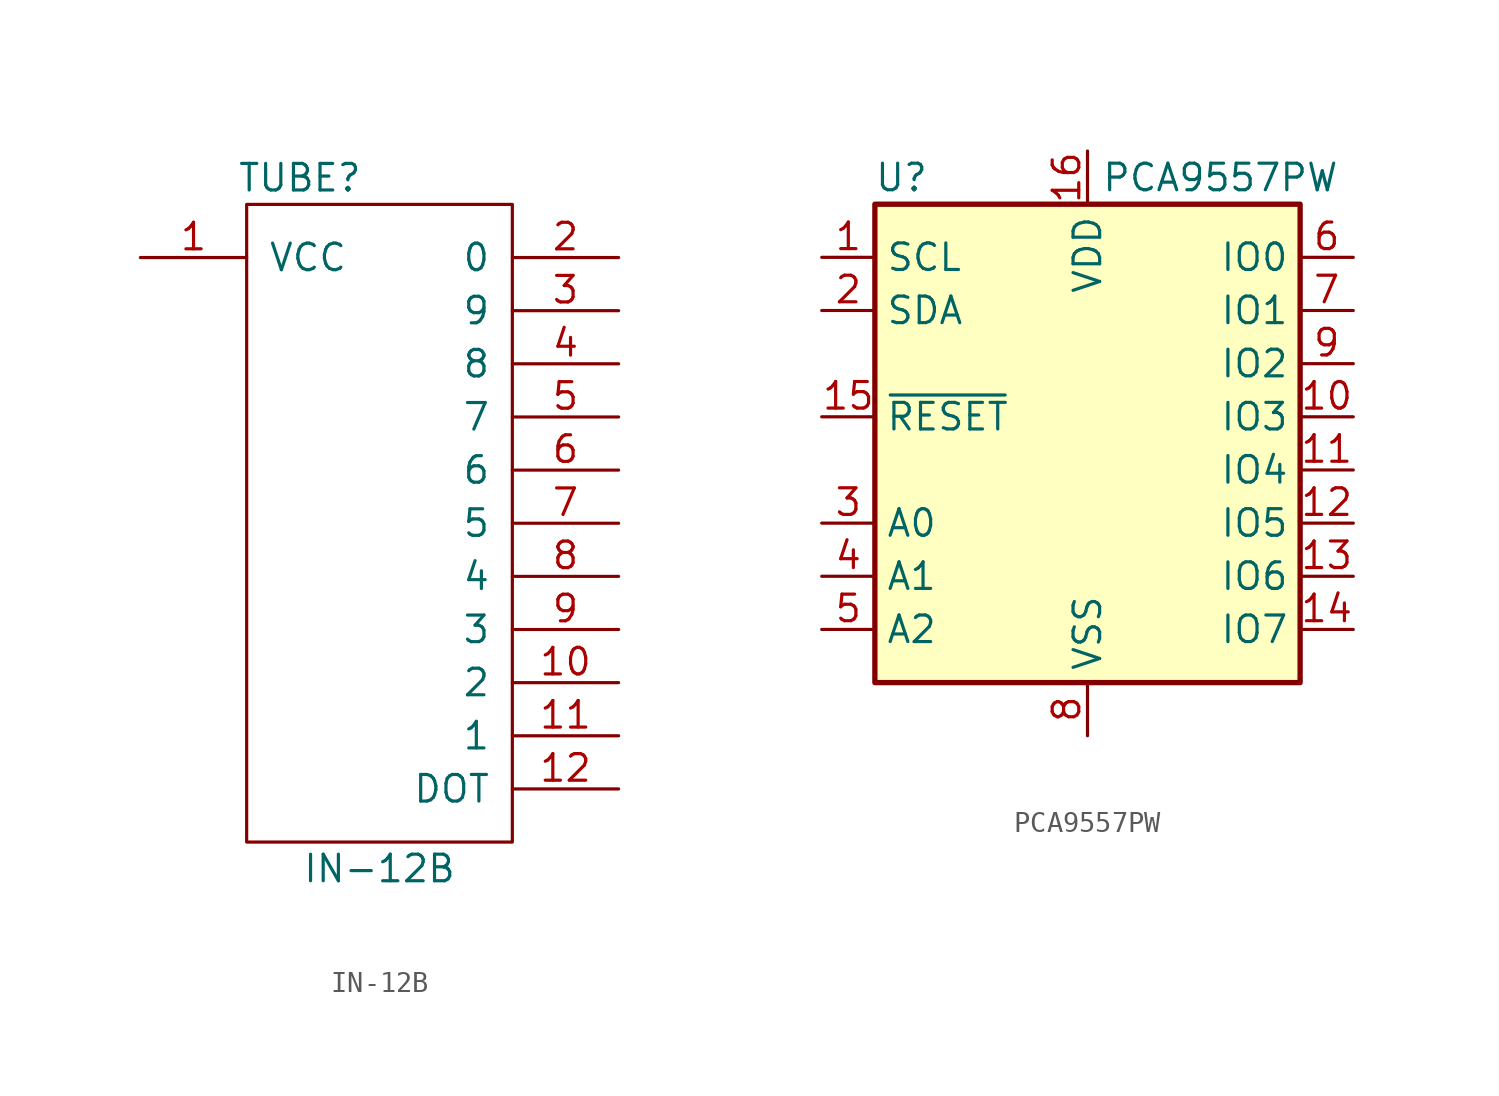
<source format=kicad_sym>
(kicad_symbol_lib
  (version 20241209)
  (generator "kicad_symbol_editor")
  (generator_version "8.99")
  (symbol "IN-12B"
    (pin_names
      (offset 1.016))
    (property "Reference" "TUBE"
      (at -3.81 6.35 0)
      (effects (font (size 1.27 1.27))))
    (property "Value" "IN-12B"
      (at 0 -26.67 0)
      (effects (font (size 1.27 1.27))))
    (symbol "IN-12B_0_1"
      (rectangle (start -6.35 5.08) (end 6.35 -25.4) (stroke (width 0) (type solid)) (fill (type none))))
    (symbol "IN-12B_1_1"
      (pin power_in line (at -11.43 2.54 0) (length 5.08) (name "VCC" (effects (font (size 1.27 1.27)))) (number "1" (effects (font (size 1.27 1.27)))))
      (pin power_in line (at 11.43 2.54 180) (length 5.08) (name "0" (effects (font (size 1.27 1.27)))) (number "2" (effects (font (size 1.27 1.27)))))
      (pin power_in line (at 11.43 0 180) (length 5.08) (name "9" (effects (font (size 1.27 1.27)))) (number "3" (effects (font (size 1.27 1.27)))))
      (pin power_in line (at 11.43 -2.54 180) (length 5.08) (name "8" (effects (font (size 1.27 1.27)))) (number "4" (effects (font (size 1.27 1.27)))))
      (pin power_in line (at 11.43 -5.08 180) (length 5.08) (name "7" (effects (font (size 1.27 1.27)))) (number "5" (effects (font (size 1.27 1.27)))))
      (pin power_in line (at 11.43 -7.62 180) (length 5.08) (name "6" (effects (font (size 1.27 1.27)))) (number "6" (effects (font (size 1.27 1.27)))))
      (pin power_in line (at 11.43 -10.16 180) (length 5.08) (name "5" (effects (font (size 1.27 1.27)))) (number "7" (effects (font (size 1.27 1.27)))))
      (pin power_in line (at 11.43 -12.7 180) (length 5.08) (name "4" (effects (font (size 1.27 1.27)))) (number "8" (effects (font (size 1.27 1.27)))))
      (pin power_in line (at 11.43 -15.24 180) (length 5.08) (name "3" (effects (font (size 1.27 1.27)))) (number "9" (effects (font (size 1.27 1.27)))))
      (pin power_in line (at 11.43 -17.78 180) (length 5.08) (name "2" (effects (font (size 1.27 1.27)))) (number "10" (effects (font (size 1.27 1.27)))))
      (pin power_in line (at 11.43 -20.32 180) (length 5.08) (name "1" (effects (font (size 1.27 1.27)))) (number "11" (effects (font (size 1.27 1.27)))))
      (pin power_in line (at 11.43 -22.86 180) (length 5.08) (name "DOT" (effects (font (size 1.27 1.27)))) (number "12" (effects (font (size 1.27 1.27)))))))
  (symbol "PCA9557PW"
    (property "Reference" "U"
      (at -8.89 12.7 0)
      (effects (font (size 1.27 1.27))))
    (property "Value" "PCA9557PW"
      (at 6.35 12.7 0)
      (effects (font (size 1.27 1.27))))
    (symbol "PCA9557PW_0_1"
      (rectangle (start -10.16 11.43) (end 10.16 -11.43) (stroke (width 0.254) (type solid)) (fill (type background))))
    (symbol "PCA9557PW_1_1"
      (pin input line (at -12.7 8.89 0) (length 2.54) (name "SCL" (effects (font (size 1.27 1.27)))) (number "1" (effects (font (size 1.27 1.27)))))
      (pin bidirectional line (at -12.7 6.35 0) (length 2.54) (name "SDA" (effects (font (size 1.27 1.27)))) (number "2" (effects (font (size 1.27 1.27)))))
      (pin input line (at -12.7 1.27 0) (length 2.54) (name "~{RESET}" (effects (font (size 1.27 1.27)))) (number "15" (effects (font (size 1.27 1.27)))))
      (pin input line (at -12.7 -3.81 0) (length 2.54) (name "A0" (effects (font (size 1.27 1.27)))) (number "3" (effects (font (size 1.27 1.27)))))
      (pin input line (at -12.7 -6.35 0) (length 2.54) (name "A1" (effects (font (size 1.27 1.27)))) (number "4" (effects (font (size 1.27 1.27)))))
      (pin input line (at -12.7 -8.89 0) (length 2.54) (name "A2" (effects (font (size 1.27 1.27)))) (number "5" (effects (font (size 1.27 1.27)))))
      (pin power_in line (at 0 13.97 270) (length 2.54) (name "VDD" (effects (font (size 1.27 1.27)))) (number "16" (effects (font (size 1.27 1.27)))))
      (pin power_in line (at 0 -13.97 90) (length 2.54) (name "VSS" (effects (font (size 1.27 1.27)))) (number "8" (effects (font (size 1.27 1.27)))))
      (pin bidirectional line (at 12.7 8.89 180) (length 2.54) (name "IO0" (effects (font (size 1.27 1.27)))) (number "6" (effects (font (size 1.27 1.27)))))
      (pin bidirectional line (at 12.7 6.35 180) (length 2.54) (name "IO1" (effects (font (size 1.27 1.27)))) (number "7" (effects (font (size 1.27 1.27)))))
      (pin bidirectional line (at 12.7 3.81 180) (length 2.54) (name "IO2" (effects (font (size 1.27 1.27)))) (number "9" (effects (font (size 1.27 1.27)))))
      (pin bidirectional line (at 12.7 1.27 180) (length 2.54) (name "IO3" (effects (font (size 1.27 1.27)))) (number "10" (effects (font (size 1.27 1.27)))))
      (pin bidirectional line (at 12.7 -1.27 180) (length 2.54) (name "IO4" (effects (font (size 1.27 1.27)))) (number "11" (effects (font (size 1.27 1.27)))))
      (pin bidirectional line (at 12.7 -3.81 180) (length 2.54) (name "IO5" (effects (font (size 1.27 1.27)))) (number "12" (effects (font (size 1.27 1.27)))))
      (pin bidirectional line (at 12.7 -6.35 180) (length 2.54) (name "IO6" (effects (font (size 1.27 1.27)))) (number "13" (effects (font (size 1.27 1.27)))))
      (pin bidirectional line (at 12.7 -8.89 180) (length 2.54) (name "IO7" (effects (font (size 1.27 1.27)))) (number "14" (effects (font (size 1.27 1.27))))))))
</source>
